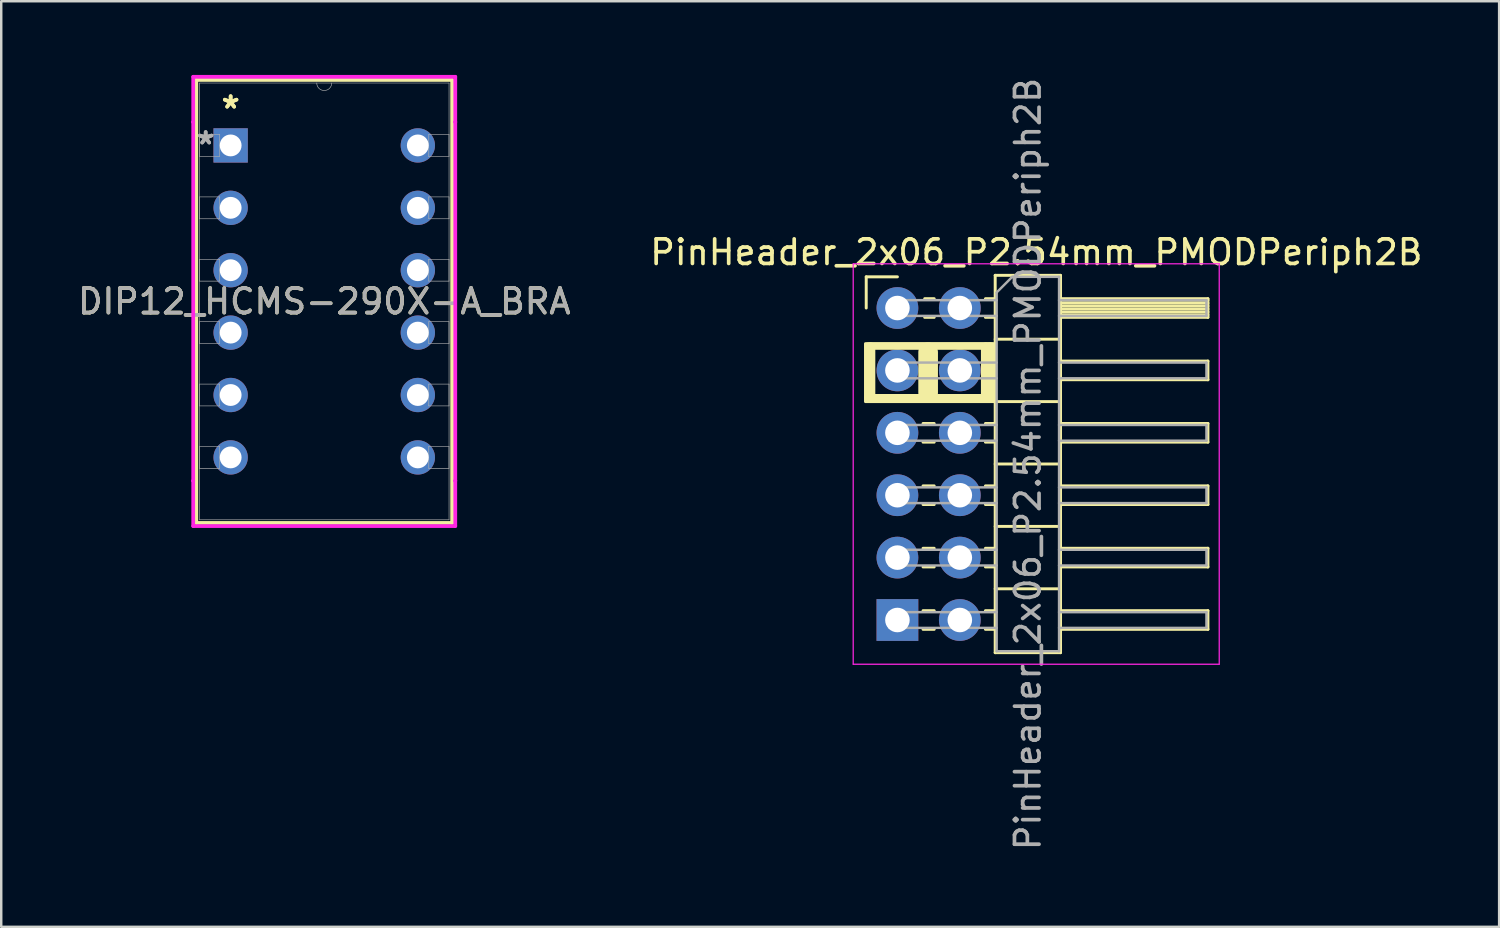
<source format=kicad_pcb>
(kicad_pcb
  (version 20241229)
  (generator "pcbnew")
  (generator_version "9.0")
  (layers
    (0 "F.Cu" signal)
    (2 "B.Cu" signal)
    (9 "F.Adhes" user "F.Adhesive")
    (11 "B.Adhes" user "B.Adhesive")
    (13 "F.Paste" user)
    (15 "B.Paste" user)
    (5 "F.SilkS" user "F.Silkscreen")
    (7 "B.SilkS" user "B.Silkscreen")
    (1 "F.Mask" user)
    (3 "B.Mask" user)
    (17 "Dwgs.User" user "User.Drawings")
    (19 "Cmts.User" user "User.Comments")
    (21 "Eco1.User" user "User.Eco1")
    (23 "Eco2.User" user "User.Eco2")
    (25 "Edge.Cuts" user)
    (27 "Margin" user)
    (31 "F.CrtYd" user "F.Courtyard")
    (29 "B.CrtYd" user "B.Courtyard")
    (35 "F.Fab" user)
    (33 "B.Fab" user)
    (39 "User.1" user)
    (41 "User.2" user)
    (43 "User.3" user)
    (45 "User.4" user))
  (footprint "DIP12_HCMS-290X-A_BRA"
    (layer "F.Cu")
    (at 6.339 2.87)
    (property "Reference" "DIP12_HCMS-290X-A_BRA" (at 3.81 6.35 0) (unlocked yes) (layer "F.SilkS") (effects (font (size 1 1) (thickness 0.15))))
    (attr through_hole)
    (fp_line (start -1.397 -2.667) (end -1.397 15.367) (stroke (width 0.152) (type solid)) (layer "F.SilkS"))
    (fp_line (start -1.397 15.367) (end 9.017 15.367) (stroke (width 0.152) (type solid)) (layer "F.SilkS"))
    (fp_line (start 9.017 -2.667) (end -1.397 -2.667) (stroke (width 0.152) (type solid)) (layer "F.SilkS"))
    (fp_line (start 9.017 15.367) (end 9.017 -2.667) (stroke (width 0.152) (type solid)) (layer "F.SilkS"))
    (fp_line (start -1.524 -2.794) (end 9.144 -2.794) (stroke (width 0.152) (type solid)) (layer "F.CrtYd"))
    (fp_line (start -1.524 -0.953) (end -1.524 -2.794) (stroke (width 0.152) (type solid)) (layer "F.CrtYd"))
    (fp_line (start -1.524 -0.953) (end -1.524 -0.953) (stroke (width 0.152) (type solid)) (layer "F.CrtYd"))
    (fp_line (start -1.524 13.652) (end -1.524 -0.953) (stroke (width 0.152) (type solid)) (layer "F.CrtYd"))
    (fp_line (start -1.524 13.652) (end -1.524 13.652) (stroke (width 0.152) (type solid)) (layer "F.CrtYd"))
    (fp_line (start -1.524 15.494) (end -1.524 13.652) (stroke (width 0.152) (type solid)) (layer "F.CrtYd"))
    (fp_line (start 9.144 -2.794) (end 9.144 -0.953) (stroke (width 0.152) (type solid)) (layer "F.CrtYd"))
    (fp_line (start 9.144 -0.953) (end 9.144 -0.953) (stroke (width 0.152) (type solid)) (layer "F.CrtYd"))
    (fp_line (start 9.144 -0.953) (end 9.144 13.652) (stroke (width 0.152) (type solid)) (layer "F.CrtYd"))
    (fp_line (start 9.144 13.652) (end 9.144 13.652) (stroke (width 0.152) (type solid)) (layer "F.CrtYd"))
    (fp_line (start 9.144 13.652) (end 9.144 15.494) (stroke (width 0.152) (type solid)) (layer "F.CrtYd"))
    (fp_line (start 9.144 15.494) (end -1.524 15.494) (stroke (width 0.152) (type solid)) (layer "F.CrtYd"))
    (fp_line (start -1.27 -2.54) (end -1.27 15.24) (stroke (width 0.025) (type solid)) (layer "F.Fab"))
    (fp_line (start -1.27 -0.445) (end -0.445 -0.445) (stroke (width 0.025) (type solid)) (layer "F.Fab"))
    (fp_line (start -1.27 0.445) (end -1.27 -0.445) (stroke (width 0.025) (type solid)) (layer "F.Fab"))
    (fp_line (start -1.27 2.095) (end -0.445 2.095) (stroke (width 0.025) (type solid)) (layer "F.Fab"))
    (fp_line (start -1.27 2.985) (end -1.27 2.095) (stroke (width 0.025) (type solid)) (layer "F.Fab"))
    (fp_line (start -1.27 4.636) (end -0.445 4.636) (stroke (width 0.025) (type solid)) (layer "F.Fab"))
    (fp_line (start -1.27 5.524) (end -1.27 4.636) (stroke (width 0.025) (type solid)) (layer "F.Fab"))
    (fp_line (start -1.27 7.176) (end -0.445 7.176) (stroke (width 0.025) (type solid)) (layer "F.Fab"))
    (fp_line (start -1.27 8.065) (end -1.27 7.176) (stroke (width 0.025) (type solid)) (layer "F.Fab"))
    (fp_line (start -1.27 9.716) (end -0.445 9.716) (stroke (width 0.025) (type solid)) (layer "F.Fab"))
    (fp_line (start -1.27 10.604) (end -1.27 9.716) (stroke (width 0.025) (type solid)) (layer "F.Fab"))
    (fp_line (start -1.27 12.255) (end -0.445 12.255) (stroke (width 0.025) (type solid)) (layer "F.Fab"))
    (fp_line (start -1.27 13.145) (end -1.27 12.255) (stroke (width 0.025) (type solid)) (layer "F.Fab"))
    (fp_line (start -1.27 15.24) (end 8.89 15.24) (stroke (width 0.025) (type solid)) (layer "F.Fab"))
    (fp_line (start -0.445 -0.445) (end -0.445 0.445) (stroke (width 0.025) (type solid)) (layer "F.Fab"))
    (fp_line (start -0.445 0.445) (end -1.27 0.445) (stroke (width 0.025) (type solid)) (layer "F.Fab"))
    (fp_line (start -0.445 2.095) (end -0.445 2.985) (stroke (width 0.025) (type solid)) (layer "F.Fab"))
    (fp_line (start -0.445 2.985) (end -1.27 2.985) (stroke (width 0.025) (type solid)) (layer "F.Fab"))
    (fp_line (start -0.445 4.636) (end -0.445 5.524) (stroke (width 0.025) (type solid)) (layer "F.Fab"))
    (fp_line (start -0.445 5.524) (end -1.27 5.524) (stroke (width 0.025) (type solid)) (layer "F.Fab"))
    (fp_line (start -0.445 7.176) (end -0.445 8.065) (stroke (width 0.025) (type solid)) (layer "F.Fab"))
    (fp_line (start -0.445 8.065) (end -1.27 8.065) (stroke (width 0.025) (type solid)) (layer "F.Fab"))
    (fp_line (start -0.445 9.716) (end -0.445 10.604) (stroke (width 0.025) (type solid)) (layer "F.Fab"))
    (fp_line (start -0.445 10.604) (end -1.27 10.604) (stroke (width 0.025) (type solid)) (layer "F.Fab"))
    (fp_line (start -0.445 12.255) (end -0.445 13.145) (stroke (width 0.025) (type solid)) (layer "F.Fab"))
    (fp_line (start -0.445 13.145) (end -1.27 13.145) (stroke (width 0.025) (type solid)) (layer "F.Fab"))
    (fp_line (start 8.065 -0.445) (end 8.89 -0.445) (stroke (width 0.025) (type solid)) (layer "F.Fab"))
    (fp_line (start 8.065 0.445) (end 8.065 -0.445) (stroke (width 0.025) (type solid)) (layer "F.Fab"))
    (fp_line (start 8.065 2.095) (end 8.89 2.095) (stroke (width 0.025) (type solid)) (layer "F.Fab"))
    (fp_line (start 8.065 2.985) (end 8.065 2.095) (stroke (width 0.025) (type solid)) (layer "F.Fab"))
    (fp_line (start 8.065 4.636) (end 8.89 4.636) (stroke (width 0.025) (type solid)) (layer "F.Fab"))
    (fp_line (start 8.065 5.524) (end 8.065 4.636) (stroke (width 0.025) (type solid)) (layer "F.Fab"))
    (fp_line (start 8.065 7.176) (end 8.89 7.176) (stroke (width 0.025) (type solid)) (layer "F.Fab"))
    (fp_line (start 8.065 8.065) (end 8.065 7.176) (stroke (width 0.025) (type solid)) (layer "F.Fab"))
    (fp_line (start 8.065 9.716) (end 8.89 9.716) (stroke (width 0.025) (type solid)) (layer "F.Fab"))
    (fp_line (start 8.065 10.604) (end 8.065 9.716) (stroke (width 0.025) (type solid)) (layer "F.Fab"))
    (fp_line (start 8.065 12.255) (end 8.89 12.255) (stroke (width 0.025) (type solid)) (layer "F.Fab"))
    (fp_line (start 8.065 13.145) (end 8.065 12.255) (stroke (width 0.025) (type solid)) (layer "F.Fab"))
    (fp_line (start 8.89 -2.54) (end -1.27 -2.54) (stroke (width 0.025) (type solid)) (layer "F.Fab"))
    (fp_line (start 8.89 -0.445) (end 8.89 0.445) (stroke (width 0.025) (type solid)) (layer "F.Fab"))
    (fp_line (start 8.89 0.445) (end 8.065 0.445) (stroke (width 0.025) (type solid)) (layer "F.Fab"))
    (fp_line (start 8.89 2.095) (end 8.89 2.985) (stroke (width 0.025) (type solid)) (layer "F.Fab"))
    (fp_line (start 8.89 2.985) (end 8.065 2.985) (stroke (width 0.025) (type solid)) (layer "F.Fab"))
    (fp_line (start 8.89 4.636) (end 8.89 5.524) (stroke (width 0.025) (type solid)) (layer "F.Fab"))
    (fp_line (start 8.89 5.524) (end 8.065 5.524) (stroke (width 0.025) (type solid)) (layer "F.Fab"))
    (fp_line (start 8.89 7.176) (end 8.89 8.065) (stroke (width 0.025) (type solid)) (layer "F.Fab"))
    (fp_line (start 8.89 8.065) (end 8.065 8.065) (stroke (width 0.025) (type solid)) (layer "F.Fab"))
    (fp_line (start 8.89 9.716) (end 8.89 10.604) (stroke (width 0.025) (type solid)) (layer "F.Fab"))
    (fp_line (start 8.89 10.604) (end 8.065 10.604) (stroke (width 0.025) (type solid)) (layer "F.Fab"))
    (fp_line (start 8.89 12.255) (end 8.89 13.145) (stroke (width 0.025) (type solid)) (layer "F.Fab"))
    (fp_line (start 8.89 13.145) (end 8.065 13.145) (stroke (width 0.025) (type solid)) (layer "F.Fab"))
    (fp_line (start 8.89 15.24) (end 8.89 -2.54) (stroke (width 0.025) (type solid)) (layer "F.Fab"))
    (fp_arc (start 4.1148 -2.54) (mid 3.81 -2.2352) (end 3.5052 -2.54) (stroke (width 0.0254) (type solid)) (layer "F.Fab"))
    (fp_text user "*" (at 0 -1.46 0) (unlocked yes) (layer "F.SilkS") (effects (font (size 1 1) (thickness 0.15))))
    (fp_text user "*" (at 0 -1.46 0) (layer "F.SilkS") (effects (font (size 1 1) (thickness 0.15))))
    (fp_text user "*" (at -1.016 0 0) (layer "F.Fab") (effects (font (size 1 1) (thickness 0.15))))
    (fp_text user "${REFERENCE}" (at 3.81 6.35 0) (unlocked yes) (layer "F.Fab") (effects (font (size 1 1) (thickness 0.15))))
    (fp_text user "*" (at -1.016 0 0) (unlocked yes) (layer "F.Fab") (effects (font (size 1 1) (thickness 0.15))))
    (pad "1" thru_hole rect (at 0 0) (size 1.397 1.397) (drill 0.889) (layers "*.Cu" "*.Mask"))
    (pad "2" thru_hole circle (at 0 2.54) (size 1.397 1.397) (drill 0.889) (layers "*.Cu" "*.Mask"))
    (pad "3" thru_hole circle (at 0 5.08) (size 1.397 1.397) (drill 0.889) (layers "*.Cu" "*.Mask"))
    (pad "4" thru_hole circle (at 0 7.62) (size 1.397 1.397) (drill 0.889) (layers "*.Cu" "*.Mask"))
    (pad "5" thru_hole circle (at 0 10.16) (size 1.397 1.397) (drill 0.889) (layers "*.Cu" "*.Mask"))
    (pad "6" thru_hole circle (at 0 12.7) (size 1.397 1.397) (drill 0.889) (layers "*.Cu" "*.Mask"))
    (pad "7" thru_hole circle (at 7.62 12.7) (size 1.397 1.397) (drill 0.889) (layers "*.Cu" "*.Mask"))
    (pad "8" thru_hole circle (at 7.62 10.16) (size 1.397 1.397) (drill 0.889) (layers "*.Cu" "*.Mask"))
    (pad "9" thru_hole circle (at 7.62 7.62) (size 1.397 1.397) (drill 0.889) (layers "*.Cu" "*.Mask"))
    (pad "10" thru_hole circle (at 7.62 5.08) (size 1.397 1.397) (drill 0.889) (layers "*.Cu" "*.Mask"))
    (pad "11" thru_hole circle (at 7.62 2.54) (size 1.397 1.397) (drill 0.889) (layers "*.Cu" "*.Mask"))
    (pad "12" thru_hole circle (at 7.62 0) (size 1.397 1.397) (drill 0.889) (layers "*.Cu" "*.Mask")))
  (footprint "PinHeader_2x06_P2.54mm_PMODPeriph2B"
    (layer "F.Cu")
    (at 33.482 9.489)
    (property "Reference" "PinHeader_2x06_P2.54mm_PMODPeriph2B" (at 5.655 -2.27 180) (layer "F.SilkS") (effects (font (size 1 1) (thickness 0.15))))
    (attr through_hole)
    (fp_line (start -1.27 -1.27) (end 0 -1.27) (stroke (width 0.12) (type solid)) (layer "F.SilkS"))
    (fp_line (start -1.27 0) (end -1.27 -1.27) (stroke (width 0.12) (type solid)) (layer "F.SilkS"))
    (fp_line (start -1.2 1.55) (end 3.85 1.55) (stroke (width 0.3) (type default)) (layer "F.SilkS"))
    (fp_line (start -1.2 3.65) (end 3.85 3.65) (stroke (width 0.3) (type default)) (layer "F.SilkS"))
    (fp_line (start -1.1 1.6) (end -1.1 3.6) (stroke (width 0.4) (type default)) (layer "F.SilkS"))
    (fp_line (start 1.043 2.16) (end 1.497 2.16) (stroke (width 0.12) (type solid)) (layer "F.SilkS"))
    (fp_line (start 1.043 2.92) (end 1.497 2.92) (stroke (width 0.12) (type solid)) (layer "F.SilkS"))
    (fp_line (start 1.043 4.7) (end 1.497 4.7) (stroke (width 0.12) (type solid)) (layer "F.SilkS"))
    (fp_line (start 1.043 5.46) (end 1.497 5.46) (stroke (width 0.12) (type solid)) (layer "F.SilkS"))
    (fp_line (start 1.043 7.24) (end 1.497 7.24) (stroke (width 0.12) (type solid)) (layer "F.SilkS"))
    (fp_line (start 1.043 8) (end 1.497 8) (stroke (width 0.12) (type solid)) (layer "F.SilkS"))
    (fp_line (start 1.043 9.78) (end 1.497 9.78) (stroke (width 0.12) (type solid)) (layer "F.SilkS"))
    (fp_line (start 1.043 10.54) (end 1.497 10.54) (stroke (width 0.12) (type solid)) (layer "F.SilkS"))
    (fp_line (start 1.043 12.32) (end 1.497 12.32) (stroke (width 0.12) (type solid)) (layer "F.SilkS"))
    (fp_line (start 1.043 13.08) (end 1.497 13.08) (stroke (width 0.12) (type solid)) (layer "F.SilkS"))
    (fp_line (start 1.11 -0.38) (end 1.497 -0.38) (stroke (width 0.12) (type solid)) (layer "F.SilkS"))
    (fp_line (start 1.11 0.38) (end 1.497 0.38) (stroke (width 0.12) (type solid)) (layer "F.SilkS"))
    (fp_line (start 1.25 1.8) (end 1.25 3.45) (stroke (width 0.8) (type default)) (layer "F.SilkS"))
    (fp_line (start 3.583 -0.38) (end 3.98 -0.38) (stroke (width 0.12) (type solid)) (layer "F.SilkS"))
    (fp_line (start 3.583 0.38) (end 3.98 0.38) (stroke (width 0.12) (type solid)) (layer "F.SilkS"))
    (fp_line (start 3.583 2.16) (end 3.98 2.16) (stroke (width 0.12) (type solid)) (layer "F.SilkS"))
    (fp_line (start 3.583 2.92) (end 3.98 2.92) (stroke (width 0.12) (type solid)) (layer "F.SilkS"))
    (fp_line (start 3.583 4.7) (end 3.98 4.7) (stroke (width 0.12) (type solid)) (layer "F.SilkS"))
    (fp_line (start 3.583 5.46) (end 3.98 5.46) (stroke (width 0.12) (type solid)) (layer "F.SilkS"))
    (fp_line (start 3.583 7.24) (end 3.98 7.24) (stroke (width 0.12) (type solid)) (layer "F.SilkS"))
    (fp_line (start 3.583 8) (end 3.98 8) (stroke (width 0.12) (type solid)) (layer "F.SilkS"))
    (fp_line (start 3.583 9.78) (end 3.98 9.78) (stroke (width 0.12) (type solid)) (layer "F.SilkS"))
    (fp_line (start 3.583 10.54) (end 3.98 10.54) (stroke (width 0.12) (type solid)) (layer "F.SilkS"))
    (fp_line (start 3.583 12.32) (end 3.98 12.32) (stroke (width 0.12) (type solid)) (layer "F.SilkS"))
    (fp_line (start 3.583 13.08) (end 3.98 13.08) (stroke (width 0.12) (type solid)) (layer "F.SilkS"))
    (fp_line (start 3.6 1.6) (end 3.6 3.6) (stroke (width 0.4) (type default)) (layer "F.SilkS"))
    (fp_line (start 3.75 1.6) (end 3.75 3.6) (stroke (width 0.4) (type default)) (layer "F.SilkS"))
    (fp_line (start 3.98 -1.33) (end 3.98 14.03) (stroke (width 0.12) (type solid)) (layer "F.SilkS"))
    (fp_line (start 3.98 1.27) (end 6.64 1.27) (stroke (width 0.12) (type solid)) (layer "F.SilkS"))
    (fp_line (start 3.98 3.81) (end 6.64 3.81) (stroke (width 0.12) (type solid)) (layer "F.SilkS"))
    (fp_line (start 3.98 6.35) (end 6.64 6.35) (stroke (width 0.12) (type solid)) (layer "F.SilkS"))
    (fp_line (start 3.98 8.89) (end 6.64 8.89) (stroke (width 0.12) (type solid)) (layer "F.SilkS"))
    (fp_line (start 3.98 11.43) (end 6.64 11.43) (stroke (width 0.12) (type solid)) (layer "F.SilkS"))
    (fp_line (start 3.98 14.03) (end 6.64 14.03) (stroke (width 0.12) (type solid)) (layer "F.SilkS"))
    (fp_line (start 6.64 -1.33) (end 3.98 -1.33) (stroke (width 0.12) (type solid)) (layer "F.SilkS"))
    (fp_line (start 6.64 -0.38) (end 12.64 -0.38) (stroke (width 0.12) (type solid)) (layer "F.SilkS"))
    (fp_line (start 6.64 -0.32) (end 12.64 -0.32) (stroke (width 0.12) (type solid)) (layer "F.SilkS"))
    (fp_line (start 6.64 -0.2) (end 12.64 -0.2) (stroke (width 0.12) (type solid)) (layer "F.SilkS"))
    (fp_line (start 6.64 -0.08) (end 12.64 -0.08) (stroke (width 0.12) (type solid)) (layer "F.SilkS"))
    (fp_line (start 6.64 0.04) (end 12.64 0.04) (stroke (width 0.12) (type solid)) (layer "F.SilkS"))
    (fp_line (start 6.64 0.16) (end 12.64 0.16) (stroke (width 0.12) (type solid)) (layer "F.SilkS"))
    (fp_line (start 6.64 0.28) (end 12.64 0.28) (stroke (width 0.12) (type solid)) (layer "F.SilkS"))
    (fp_line (start 6.64 2.16) (end 12.64 2.16) (stroke (width 0.12) (type solid)) (layer "F.SilkS"))
    (fp_line (start 6.64 4.7) (end 12.64 4.7) (stroke (width 0.12) (type solid)) (layer "F.SilkS"))
    (fp_line (start 6.64 7.24) (end 12.64 7.24) (stroke (width 0.12) (type solid)) (layer "F.SilkS"))
    (fp_line (start 6.64 9.78) (end 12.64 9.78) (stroke (width 0.12) (type solid)) (layer "F.SilkS"))
    (fp_line (start 6.64 12.32) (end 12.64 12.32) (stroke (width 0.12) (type solid)) (layer "F.SilkS"))
    (fp_line (start 6.64 14.03) (end 6.64 -1.33) (stroke (width 0.12) (type solid)) (layer "F.SilkS"))
    (fp_line (start 12.64 -0.38) (end 12.64 0.38) (stroke (width 0.12) (type solid)) (layer "F.SilkS"))
    (fp_line (start 12.64 0.38) (end 6.64 0.38) (stroke (width 0.12) (type solid)) (layer "F.SilkS"))
    (fp_line (start 12.64 2.16) (end 12.64 2.92) (stroke (width 0.12) (type solid)) (layer "F.SilkS"))
    (fp_line (start 12.64 2.92) (end 6.64 2.92) (stroke (width 0.12) (type solid)) (layer "F.SilkS"))
    (fp_line (start 12.64 4.7) (end 12.64 5.46) (stroke (width 0.12) (type solid)) (layer "F.SilkS"))
    (fp_line (start 12.64 5.46) (end 6.64 5.46) (stroke (width 0.12) (type solid)) (layer "F.SilkS"))
    (fp_line (start 12.64 7.24) (end 12.64 8) (stroke (width 0.12) (type solid)) (layer "F.SilkS"))
    (fp_line (start 12.64 8) (end 6.64 8) (stroke (width 0.12) (type solid)) (layer "F.SilkS"))
    (fp_line (start 12.64 9.78) (end 12.64 10.54) (stroke (width 0.12) (type solid)) (layer "F.SilkS"))
    (fp_line (start 12.64 10.54) (end 6.64 10.54) (stroke (width 0.12) (type solid)) (layer "F.SilkS"))
    (fp_line (start 12.64 12.32) (end 12.64 13.08) (stroke (width 0.12) (type solid)) (layer "F.SilkS"))
    (fp_line (start 12.64 13.08) (end 6.64 13.08) (stroke (width 0.12) (type solid)) (layer "F.SilkS"))
    (fp_rect (start -1.3 1.45) (end 3.98 3.81) (stroke (width 0.12) (type default)) (fill no) (layer "F.SilkS"))
    (fp_line (start -1.8 -1.8) (end -1.8 14.5) (stroke (width 0.05) (type solid)) (layer "F.CrtYd"))
    (fp_line (start -1.8 14.5) (end 13.1 14.5) (stroke (width 0.05) (type solid)) (layer "F.CrtYd"))
    (fp_line (start 13.1 -1.8) (end -1.8 -1.8) (stroke (width 0.05) (type solid)) (layer "F.CrtYd"))
    (fp_line (start 13.1 14.5) (end 13.1 -1.8) (stroke (width 0.05) (type solid)) (layer "F.CrtYd"))
    (fp_line (start -0.32 -0.32) (end -0.32 0.32) (stroke (width 0.1) (type solid)) (layer "F.Fab"))
    (fp_line (start -0.32 -0.32) (end 4.04 -0.32) (stroke (width 0.1) (type solid)) (layer "F.Fab"))
    (fp_line (start -0.32 0.32) (end 4.04 0.32) (stroke (width 0.1) (type solid)) (layer "F.Fab"))
    (fp_line (start -0.32 2.22) (end -0.32 2.86) (stroke (width 0.1) (type solid)) (layer "F.Fab"))
    (fp_line (start -0.32 2.22) (end 4.04 2.22) (stroke (width 0.1) (type solid)) (layer "F.Fab"))
    (fp_line (start -0.32 2.86) (end 4.04 2.86) (stroke (width 0.1) (type solid)) (layer "F.Fab"))
    (fp_line (start -0.32 4.76) (end -0.32 5.4) (stroke (width 0.1) (type solid)) (layer "F.Fab"))
    (fp_line (start -0.32 4.76) (end 4.04 4.76) (stroke (width 0.1) (type solid)) (layer "F.Fab"))
    (fp_line (start -0.32 5.4) (end 4.04 5.4) (stroke (width 0.1) (type solid)) (layer "F.Fab"))
    (fp_line (start -0.32 7.3) (end -0.32 7.94) (stroke (width 0.1) (type solid)) (layer "F.Fab"))
    (fp_line (start -0.32 7.3) (end 4.04 7.3) (stroke (width 0.1) (type solid)) (layer "F.Fab"))
    (fp_line (start -0.32 7.94) (end 4.04 7.94) (stroke (width 0.1) (type solid)) (layer "F.Fab"))
    (fp_line (start -0.32 9.84) (end -0.32 10.48) (stroke (width 0.1) (type solid)) (layer "F.Fab"))
    (fp_line (start -0.32 9.84) (end 4.04 9.84) (stroke (width 0.1) (type solid)) (layer "F.Fab"))
    (fp_line (start -0.32 10.48) (end 4.04 10.48) (stroke (width 0.1) (type solid)) (layer "F.Fab"))
    (fp_line (start -0.32 12.38) (end -0.32 13.02) (stroke (width 0.1) (type solid)) (layer "F.Fab"))
    (fp_line (start -0.32 12.38) (end 4.04 12.38) (stroke (width 0.1) (type solid)) (layer "F.Fab"))
    (fp_line (start -0.32 13.02) (end 4.04 13.02) (stroke (width 0.1) (type solid)) (layer "F.Fab"))
    (fp_line (start 4.04 -0.635) (end 4.675 -1.27) (stroke (width 0.1) (type solid)) (layer "F.Fab"))
    (fp_line (start 4.04 13.97) (end 4.04 -0.635) (stroke (width 0.1) (type solid)) (layer "F.Fab"))
    (fp_line (start 4.675 -1.27) (end 6.58 -1.27) (stroke (width 0.1) (type solid)) (layer "F.Fab"))
    (fp_line (start 6.58 -1.27) (end 6.58 13.97) (stroke (width 0.1) (type solid)) (layer "F.Fab"))
    (fp_line (start 6.58 -0.32) (end 12.58 -0.32) (stroke (width 0.1) (type solid)) (layer "F.Fab"))
    (fp_line (start 6.58 0.32) (end 12.58 0.32) (stroke (width 0.1) (type solid)) (layer "F.Fab"))
    (fp_line (start 6.58 2.22) (end 12.58 2.22) (stroke (width 0.1) (type solid)) (layer "F.Fab"))
    (fp_line (start 6.58 2.86) (end 12.58 2.86) (stroke (width 0.1) (type solid)) (layer "F.Fab"))
    (fp_line (start 6.58 4.76) (end 12.58 4.76) (stroke (width 0.1) (type solid)) (layer "F.Fab"))
    (fp_line (start 6.58 5.4) (end 12.58 5.4) (stroke (width 0.1) (type solid)) (layer "F.Fab"))
    (fp_line (start 6.58 7.3) (end 12.58 7.3) (stroke (width 0.1) (type solid)) (layer "F.Fab"))
    (fp_line (start 6.58 7.94) (end 12.58 7.94) (stroke (width 0.1) (type solid)) (layer "F.Fab"))
    (fp_line (start 6.58 9.84) (end 12.58 9.84) (stroke (width 0.1) (type solid)) (layer "F.Fab"))
    (fp_line (start 6.58 10.48) (end 12.58 10.48) (stroke (width 0.1) (type solid)) (layer "F.Fab"))
    (fp_line (start 6.58 12.38) (end 12.58 12.38) (stroke (width 0.1) (type solid)) (layer "F.Fab"))
    (fp_line (start 6.58 13.02) (end 12.58 13.02) (stroke (width 0.1) (type solid)) (layer "F.Fab"))
    (fp_line (start 6.58 13.97) (end 4.04 13.97) (stroke (width 0.1) (type solid)) (layer "F.Fab"))
    (fp_line (start 12.58 -0.32) (end 12.58 0.32) (stroke (width 0.1) (type solid)) (layer "F.Fab"))
    (fp_line (start 12.58 2.22) (end 12.58 2.86) (stroke (width 0.1) (type solid)) (layer "F.Fab"))
    (fp_line (start 12.58 4.76) (end 12.58 5.4) (stroke (width 0.1) (type solid)) (layer "F.Fab"))
    (fp_line (start 12.58 7.3) (end 12.58 7.94) (stroke (width 0.1) (type solid)) (layer "F.Fab"))
    (fp_line (start 12.58 9.84) (end 12.58 10.48) (stroke (width 0.1) (type solid)) (layer "F.Fab"))
    (fp_line (start 12.58 12.38) (end 12.58 13.02) (stroke (width 0.1) (type solid)) (layer "F.Fab"))
    (fp_text user "${REFERENCE}" (at 5.31 6.35 270) (layer "F.Fab") (effects (font (size 1 1) (thickness 0.15))))
    (pad "1" thru_hole rect (at 0 12.7) (size 1.7 1.7) (drill 1) (layers "*.Cu" "*.Mask"))
    (pad "2" thru_hole oval (at 0 10.16) (size 1.7 1.7) (drill 1) (layers "*.Cu" "*.Mask"))
    (pad "3" thru_hole oval (at 0 7.62) (size 1.7 1.7) (drill 1) (layers "*.Cu" "*.Mask"))
    (pad "4" thru_hole oval (at 0 5.08) (size 1.7 1.7) (drill 1) (layers "*.Cu" "*.Mask"))
    (pad "5" thru_hole oval (at 0 2.54) (size 1.7 1.7) (drill 1) (layers "*.Cu" "*.Mask"))
    (pad "6" thru_hole circle (at 0 0) (size 1.7 1.7) (drill 1) (layers "*.Cu" "*.Mask"))
    (pad "7" thru_hole oval (at 2.54 12.7) (size 1.7 1.7) (drill 1) (layers "*.Cu" "*.Mask"))
    (pad "8" thru_hole oval (at 2.54 10.16) (size 1.7 1.7) (drill 1) (layers "*.Cu" "*.Mask"))
    (pad "9" thru_hole oval (at 2.54 7.62) (size 1.7 1.7) (drill 1) (layers "*.Cu" "*.Mask"))
    (pad "10" thru_hole oval (at 2.54 5.08) (size 1.7 1.7) (drill 1) (layers "*.Cu" "*.Mask"))
    (pad "11" thru_hole oval (at 2.54 2.54) (size 1.7 1.7) (drill 1) (layers "*.Cu" "*.Mask"))
    (pad "12" thru_hole oval (at 2.54 0) (size 1.7 1.7) (drill 1) (layers "*.Cu" "*.Mask")))
  (gr_rect
    (start -3 -3)
    (end 57.976 34.679)
    (stroke (width 0.1) (type default))
    (fill no)
    (layer "Edge.Cuts")))
</source>
